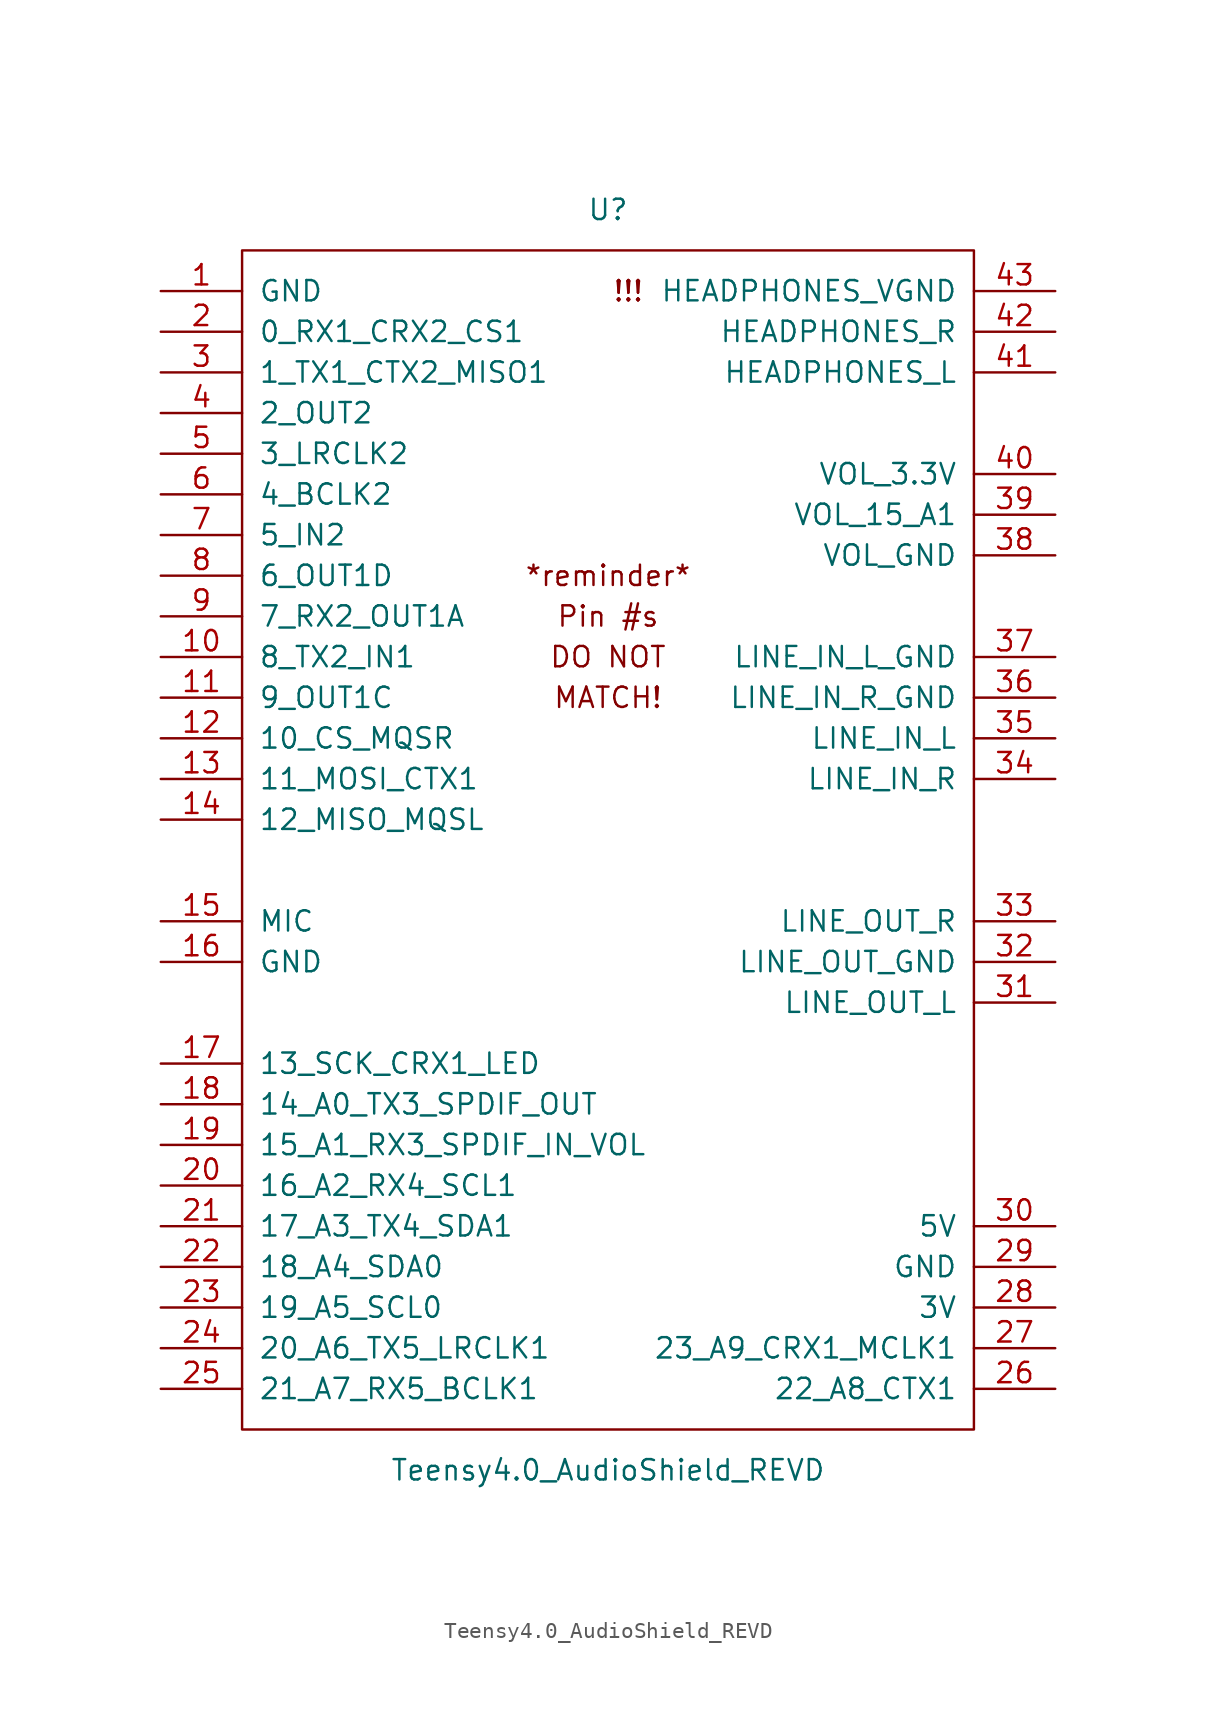
<source format=kicad_sym>
(kicad_symbol_lib
  (version 20220914)
  (generator kicad_symbol_editor)
  (symbol "Teensy4.0_AudioShield_REVD"
    (pin_names
      (offset 1.016))
    (property "Reference" "U"
      (at 0 39.37 0)
      (effects (font (size 1.27 1.27))))
    (property "Value" "Teensy4.0_AudioShield_REVD"
      (at 0 -39.37 0)
      (effects (font (size 1.27 1.27))))
    (symbol "Teensy4.0_AudioShield_REVD_0_0"
      (text "!!!" (at 1.27 34.29 0) (effects (font (size 1.27 1.27))))
      (text "*reminder*" (at 0 16.51 0) (effects (font (size 1.27 1.27))))
      (text "DO NOT" (at 0 11.43 0) (effects (font (size 1.27 1.27))))
      (text "MATCH!" (at 0 8.89 0) (effects (font (size 1.27 1.27))))
      (text "Pin #s" (at 0 13.97 0) (effects (font (size 1.27 1.27))))
      (pin bidirectional line (at -27.94 11.43 0) (length 5.08) (name "8_TX2_IN1" (effects (font (size 1.27 1.27)))) (number "10" (effects (font (size 1.27 1.27)))))
      (pin bidirectional line (at -27.94 8.89 0) (length 5.08) (name "9_OUT1C" (effects (font (size 1.27 1.27)))) (number "11" (effects (font (size 1.27 1.27)))))
      (pin bidirectional line (at -27.94 6.35 0) (length 5.08) (name "10_CS_MQSR" (effects (font (size 1.27 1.27)))) (number "12" (effects (font (size 1.27 1.27)))))
      (pin bidirectional line (at -27.94 3.81 0) (length 5.08) (name "11_MOSI_CTX1" (effects (font (size 1.27 1.27)))) (number "13" (effects (font (size 1.27 1.27)))))
      (pin bidirectional line (at -27.94 1.27 0) (length 5.08) (name "12_MISO_MQSL" (effects (font (size 1.27 1.27)))) (number "14" (effects (font (size 1.27 1.27)))))
      (pin bidirectional line (at -27.94 -5.08 0) (length 5.08) (name "MIC" (effects (font (size 1.27 1.27)))) (number "15" (effects (font (size 1.27 1.27)))))
      (pin power_in line (at -27.94 -7.62 0) (length 5.08) (name "GND" (effects (font (size 1.27 1.27)))) (number "16" (effects (font (size 1.27 1.27)))))
      (pin bidirectional line (at -27.94 -13.97 0) (length 5.08) (name "13_SCK_CRX1_LED" (effects (font (size 1.27 1.27)))) (number "17" (effects (font (size 1.27 1.27)))))
      (pin bidirectional line (at -27.94 -16.51 0) (length 5.08) (name "14_A0_TX3_SPDIF_OUT" (effects (font (size 1.27 1.27)))) (number "18" (effects (font (size 1.27 1.27)))))
      (pin bidirectional line (at -27.94 -19.05 0) (length 5.08) (name "15_A1_RX3_SPDIF_IN_VOL" (effects (font (size 1.27 1.27)))) (number "19" (effects (font (size 1.27 1.27)))))
      (pin bidirectional line (at -27.94 -21.59 0) (length 5.08) (name "16_A2_RX4_SCL1" (effects (font (size 1.27 1.27)))) (number "20" (effects (font (size 1.27 1.27)))))
      (pin bidirectional line (at -27.94 -24.13 0) (length 5.08) (name "17_A3_TX4_SDA1" (effects (font (size 1.27 1.27)))) (number "21" (effects (font (size 1.27 1.27)))))
      (pin bidirectional line (at -27.94 -26.67 0) (length 5.08) (name "18_A4_SDA0" (effects (font (size 1.27 1.27)))) (number "22" (effects (font (size 1.27 1.27)))))
      (pin bidirectional line (at -27.94 -29.21 0) (length 5.08) (name "19_A5_SCL0" (effects (font (size 1.27 1.27)))) (number "23" (effects (font (size 1.27 1.27)))))
      (pin bidirectional line (at -27.94 -31.75 0) (length 5.08) (name "20_A6_TX5_LRCLK1" (effects (font (size 1.27 1.27)))) (number "24" (effects (font (size 1.27 1.27)))))
      (pin bidirectional line (at -27.94 -34.29 0) (length 5.08) (name "21_A7_RX5_BCLK1" (effects (font (size 1.27 1.27)))) (number "25" (effects (font (size 1.27 1.27)))))
      (pin bidirectional line (at 27.94 -34.29 180) (length 5.08) (name "22_A8_CTX1" (effects (font (size 1.27 1.27)))) (number "26" (effects (font (size 1.27 1.27)))))
      (pin bidirectional line (at 27.94 -31.75 180) (length 5.08) (name "23_A9_CRX1_MCLK1" (effects (font (size 1.27 1.27)))) (number "27" (effects (font (size 1.27 1.27)))))
      (pin power_out line (at 27.94 -29.21 180) (length 5.08) (name "3V" (effects (font (size 1.27 1.27)))) (number "28" (effects (font (size 1.27 1.27)))))
      (pin power_in line (at 27.94 -26.67 180) (length 5.08) (name "GND" (effects (font (size 1.27 1.27)))) (number "29" (effects (font (size 1.27 1.27)))))
      (pin power_out line (at 27.94 -24.13 180) (length 5.08) (name "5V" (effects (font (size 1.27 1.27)))) (number "30" (effects (font (size 1.27 1.27)))))
      (pin bidirectional line (at 27.94 -10.16 180) (length 5.08) (name "LINE_OUT_L" (effects (font (size 1.27 1.27)))) (number "31" (effects (font (size 1.27 1.27)))))
      (pin power_in line (at 27.94 -7.62 180) (length 5.08) (name "LINE_OUT_GND" (effects (font (size 1.27 1.27)))) (number "32" (effects (font (size 1.27 1.27)))))
      (pin bidirectional line (at 27.94 -5.08 180) (length 5.08) (name "LINE_OUT_R" (effects (font (size 1.27 1.27)))) (number "33" (effects (font (size 1.27 1.27)))))
      (pin bidirectional line (at 27.94 3.81 180) (length 5.08) (name "LINE_IN_R" (effects (font (size 1.27 1.27)))) (number "34" (effects (font (size 1.27 1.27)))))
      (pin bidirectional line (at 27.94 6.35 180) (length 5.08) (name "LINE_IN_L" (effects (font (size 1.27 1.27)))) (number "35" (effects (font (size 1.27 1.27)))))
      (pin power_in line (at 27.94 8.89 180) (length 5.08) (name "LINE_IN_R_GND" (effects (font (size 1.27 1.27)))) (number "36" (effects (font (size 1.27 1.27)))))
      (pin power_in line (at 27.94 11.43 180) (length 5.08) (name "LINE_IN_L_GND" (effects (font (size 1.27 1.27)))) (number "37" (effects (font (size 1.27 1.27)))))
      (pin bidirectional line (at 27.94 17.78 180) (length 5.08) (name "VOL_GND" (effects (font (size 1.27 1.27)))) (number "38" (effects (font (size 1.27 1.27)))))
      (pin bidirectional line (at 27.94 20.32 180) (length 5.08) (name "VOL_15_A1" (effects (font (size 1.27 1.27)))) (number "39" (effects (font (size 1.27 1.27)))))
      (pin bidirectional line (at 27.94 22.86 180) (length 5.08) (name "VOL_3.3V" (effects (font (size 1.27 1.27)))) (number "40" (effects (font (size 1.27 1.27)))))
      (pin bidirectional line (at 27.94 29.21 180) (length 5.08) (name "HEADPHONES_L" (effects (font (size 1.27 1.27)))) (number "41" (effects (font (size 1.27 1.27)))))
      (pin bidirectional line (at 27.94 31.75 180) (length 5.08) (name "HEADPHONES_R" (effects (font (size 1.27 1.27)))) (number "42" (effects (font (size 1.27 1.27)))))
      (pin power_in line (at 27.94 34.29 180) (length 5.08) (name "HEADPHONES_VGND" (effects (font (size 1.27 1.27)))) (number "43" (effects (font (size 1.27 1.27)))))
      (pin bidirectional line (at -27.94 24.13 0) (length 5.08) (name "3_LRCLK2" (effects (font (size 1.27 1.27)))) (number "5" (effects (font (size 1.27 1.27)))))
      (pin bidirectional line (at -27.94 21.59 0) (length 5.08) (name "4_BCLK2" (effects (font (size 1.27 1.27)))) (number "6" (effects (font (size 1.27 1.27)))))
      (pin bidirectional line (at -27.94 19.05 0) (length 5.08) (name "5_IN2" (effects (font (size 1.27 1.27)))) (number "7" (effects (font (size 1.27 1.27)))))
      (pin bidirectional line (at -27.94 16.51 0) (length 5.08) (name "6_OUT1D" (effects (font (size 1.27 1.27)))) (number "8" (effects (font (size 1.27 1.27)))))
      (pin bidirectional line (at -27.94 13.97 0) (length 5.08) (name "7_RX2_OUT1A" (effects (font (size 1.27 1.27)))) (number "9" (effects (font (size 1.27 1.27))))))
    (symbol "Teensy4.0_AudioShield_REVD_0_1"
      (rectangle (start -22.86 36.83) (end 22.86 -36.83) (stroke (width 0) (type solid)) (fill (type none)))
      (rectangle (start -20.32 -31.75) (end -20.32 -31.75) (stroke (width 0) (type solid)) (fill (type none))))
    (symbol "Teensy4.0_AudioShield_REVD_1_1"
      (pin power_in line (at -27.94 34.29 0) (length 5.08) (name "GND" (effects (font (size 1.27 1.27)))) (number "1" (effects (font (size 1.27 1.27)))))
      (pin bidirectional line (at -27.94 31.75 0) (length 5.08) (name "0_RX1_CRX2_CS1" (effects (font (size 1.27 1.27)))) (number "2" (effects (font (size 1.27 1.27)))))
      (pin bidirectional line (at -27.94 29.21 0) (length 5.08) (name "1_TX1_CTX2_MISO1" (effects (font (size 1.27 1.27)))) (number "3" (effects (font (size 1.27 1.27)))))
      (pin bidirectional line (at -27.94 26.67 0) (length 5.08) (name "2_OUT2" (effects (font (size 1.27 1.27)))) (number "4" (effects (font (size 1.27 1.27))))))))
</source>
